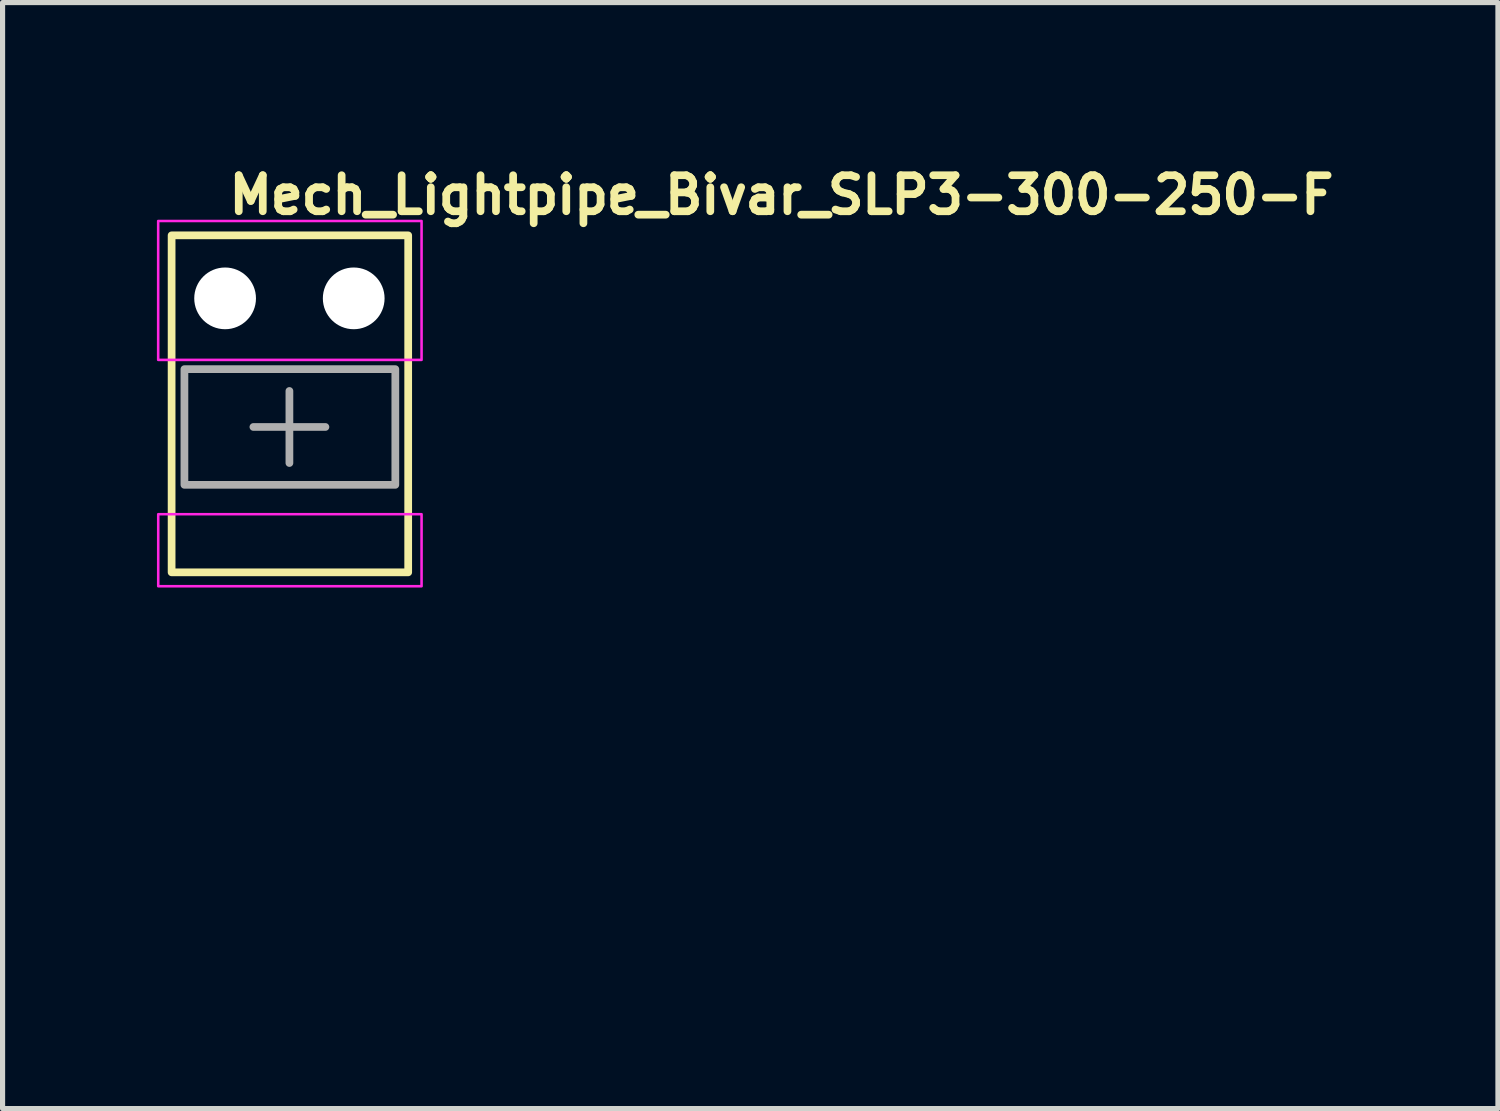
<source format=kicad_pcb>
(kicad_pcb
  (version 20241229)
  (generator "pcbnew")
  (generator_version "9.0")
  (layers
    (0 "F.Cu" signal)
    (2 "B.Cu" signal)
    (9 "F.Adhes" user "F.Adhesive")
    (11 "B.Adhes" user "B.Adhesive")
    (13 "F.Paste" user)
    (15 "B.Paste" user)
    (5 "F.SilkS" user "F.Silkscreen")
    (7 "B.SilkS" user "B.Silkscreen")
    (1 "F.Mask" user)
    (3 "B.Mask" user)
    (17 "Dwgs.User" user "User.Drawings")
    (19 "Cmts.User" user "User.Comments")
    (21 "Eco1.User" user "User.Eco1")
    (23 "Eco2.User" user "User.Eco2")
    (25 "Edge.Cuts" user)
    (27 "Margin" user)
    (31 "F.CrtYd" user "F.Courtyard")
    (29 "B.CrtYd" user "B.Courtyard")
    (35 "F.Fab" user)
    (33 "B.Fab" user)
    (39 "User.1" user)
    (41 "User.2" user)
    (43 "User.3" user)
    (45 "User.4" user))
  (footprint "Mech_Lightpipe_Bivar_SLP3-300-250-F"
    (layer "F.Cu")
    (at 1.326 2.75)
    (property "Reference" "Mech_Lightpipe_Bivar_SLP3-300-250-F" (at 0 -1.6 0) (unlocked yes) (layer "F.SilkS") (effects (font (size 0.7 0.7) (thickness 0.15)) (justify left bottom)))
    (attr through_hole)
    (fp_rect (start -1.04 -1.225) (end 3.559 5.326) (stroke (width 0.15) (type solid)) (fill no) (layer "F.SilkS"))
    (fp_rect (start -1.301 -1.504) (end 3.819 1.196) (stroke (width 0.05) (type solid)) (fill no) (layer "F.CrtYd"))
    (fp_rect (start -1.3 4.196) (end 3.819 5.596) (stroke (width 0.05) (type solid)) (fill no) (layer "F.CrtYd"))
    (fp_line (start 0.55 2.5) (end 1.25 2.5) (stroke (width 0.15) (type solid)) (layer "F.Fab"))
    (fp_line (start 1.25 1.8) (end 1.25 2.5) (stroke (width 0.15) (type solid)) (layer "F.Fab"))
    (fp_line (start 1.25 2.5) (end 1.25 3.201) (stroke (width 0.15) (type solid)) (layer "F.Fab"))
    (fp_line (start 1.25 2.5) (end 1.95 2.5) (stroke (width 0.15) (type solid)) (layer "F.Fab"))
    (fp_rect (start -0.791 1.376) (end 3.309 3.625) (stroke (width 0.15) (type solid)) (fill no) (layer "F.Fab"))
    (fp_rect (start -1.002 -1.249) (end 3.519 12.7) (stroke (width 0.1) (type solid)) (fill no) (layer "User.5"))
    (fp_line (start -1.002 -1.249) (end 3.519 -1.249) (stroke (width 0.02) (type solid)) (layer "User.9"))
    (fp_line (start -1.002 0.868) (end -1.002 -1.249) (stroke (width 0.02) (type solid)) (layer "User.9"))
    (fp_line (start -1.002 1.826) (end -1.002 0.868) (stroke (width 0.02) (type solid)) (layer "User.9"))
    (fp_line (start -1.002 3.569) (end -1.002 1.826) (stroke (width 0.02) (type solid)) (layer "User.9"))
    (fp_line (start -1.002 3.569) (end -1.002 5.102) (stroke (width 0.02) (type solid)) (layer "User.9"))
    (fp_line (start -1.002 3.584) (end -1.002 3.569) (stroke (width 0.02) (type solid)) (layer "User.9"))
    (fp_line (start -1.002 5.102) (end -0.906 5.102) (stroke (width 0.02) (type solid)) (layer "User.9"))
    (fp_line (start -1 3.598) (end -1.002 3.584) (stroke (width 0.02) (type solid)) (layer "User.9"))
    (fp_line (start -0.999 3.612) (end -1 3.598) (stroke (width 0.02) (type solid)) (layer "User.9"))
    (fp_line (start -0.996 3.625) (end -0.999 3.612) (stroke (width 0.02) (type solid)) (layer "User.9"))
    (fp_line (start -0.992 3.638) (end -0.996 3.625) (stroke (width 0.02) (type solid)) (layer "User.9"))
    (fp_line (start -0.988 3.653) (end -0.992 3.638) (stroke (width 0.02) (type solid)) (layer "User.9"))
    (fp_line (start -0.983 3.666) (end -0.988 3.653) (stroke (width 0.02) (type solid)) (layer "User.9"))
    (fp_line (start -0.976 3.679) (end -0.983 3.666) (stroke (width 0.02) (type solid)) (layer "User.9"))
    (fp_line (start -0.97 3.692) (end -0.976 3.679) (stroke (width 0.02) (type solid)) (layer "User.9"))
    (fp_line (start -0.963 3.706) (end -0.97 3.692) (stroke (width 0.02) (type solid)) (layer "User.9"))
    (fp_line (start -0.954 3.718) (end -0.963 3.706) (stroke (width 0.02) (type solid)) (layer "User.9"))
    (fp_line (start -0.947 3.729) (end -0.954 3.718) (stroke (width 0.02) (type solid)) (layer "User.9"))
    (fp_line (start -0.938 3.741) (end -0.947 3.729) (stroke (width 0.02) (type solid)) (layer "User.9"))
    (fp_line (start -0.928 3.752) (end -0.938 3.741) (stroke (width 0.02) (type solid)) (layer "User.9"))
    (fp_line (start -0.917 3.762) (end -0.928 3.752) (stroke (width 0.02) (type solid)) (layer "User.9"))
    (fp_line (start -0.906 3.773) (end -0.917 3.762) (stroke (width 0.02) (type solid)) (layer "User.9"))
    (fp_line (start -0.906 3.773) (end -0.906 3.773) (stroke (width 0.02) (type solid)) (layer "User.9"))
    (fp_line (start -0.906 5.102) (end -0.906 5.102) (stroke (width 0.02) (type solid)) (layer "User.9"))
    (fp_line (start -0.906 5.102) (end -0.672 5.102) (stroke (width 0.02) (type solid)) (layer "User.9"))
    (fp_line (start -0.893 3.782) (end -0.906 3.773) (stroke (width 0.02) (type solid)) (layer "User.9"))
    (fp_line (start -0.882 3.792) (end -0.893 3.782) (stroke (width 0.02) (type solid)) (layer "User.9"))
    (fp_line (start -0.869 3.8) (end -0.882 3.792) (stroke (width 0.02) (type solid)) (layer "User.9"))
    (fp_line (start -0.856 3.808) (end -0.869 3.8) (stroke (width 0.02) (type solid)) (layer "User.9"))
    (fp_line (start -0.842 3.816) (end -0.856 3.808) (stroke (width 0.02) (type solid)) (layer "User.9"))
    (fp_line (start -0.827 3.823) (end -0.842 3.816) (stroke (width 0.02) (type solid)) (layer "User.9"))
    (fp_line (start -0.813 3.829) (end -0.827 3.823) (stroke (width 0.02) (type solid)) (layer "User.9"))
    (fp_line (start -0.798 3.835) (end -0.813 3.829) (stroke (width 0.02) (type solid)) (layer "User.9"))
    (fp_line (start -0.784 3.84) (end -0.798 3.835) (stroke (width 0.02) (type solid)) (layer "User.9"))
    (fp_line (start -0.768 3.843) (end -0.784 3.84) (stroke (width 0.02) (type solid)) (layer "User.9"))
    (fp_line (start -0.752 3.848) (end -0.768 3.843) (stroke (width 0.02) (type solid)) (layer "User.9"))
    (fp_line (start -0.737 3.851) (end -0.752 3.848) (stroke (width 0.02) (type solid)) (layer "User.9"))
    (fp_line (start -0.721 3.854) (end -0.737 3.851) (stroke (width 0.02) (type solid)) (layer "User.9"))
    (fp_line (start -0.705 3.855) (end -0.721 3.854) (stroke (width 0.02) (type solid)) (layer "User.9"))
    (fp_line (start -0.689 3.856) (end -0.705 3.855) (stroke (width 0.02) (type solid)) (layer "User.9"))
    (fp_line (start -0.672 3.856) (end -0.689 3.856) (stroke (width 0.02) (type solid)) (layer "User.9"))
    (fp_line (start -0.672 3.856) (end 3.188 3.856) (stroke (width 0.02) (type solid)) (layer "User.9"))
    (fp_line (start -0.263 12.7) (end -0.263 5.102) (stroke (width 0.02) (type solid)) (layer "User.9"))
    (fp_line (start -0.263 12.7) (end -0.226 12.7) (stroke (width 0.02) (type solid)) (layer "User.9"))
    (fp_line (start -0.226 12.7) (end -0.226 12.7) (stroke (width 0.02) (type solid)) (layer "User.9"))
    (fp_line (start -0.226 12.7) (end -0.114 12.7) (stroke (width 0.02) (type solid)) (layer "User.9"))
    (fp_line (start -0.114 12.7) (end -0.114 12.7) (stroke (width 0.02) (type solid)) (layer "User.9"))
    (fp_line (start -0.114 12.7) (end 0.064 12.7) (stroke (width 0.02) (type solid)) (layer "User.9"))
    (fp_line (start 0.064 12.7) (end 0.064 12.7) (stroke (width 0.02) (type solid)) (layer "User.9"))
    (fp_line (start 0.064 12.7) (end 0.301 12.7) (stroke (width 0.02) (type solid)) (layer "User.9"))
    (fp_line (start 0.301 12.7) (end 0.301 12.7) (stroke (width 0.02) (type solid)) (layer "User.9"))
    (fp_line (start 0.301 12.7) (end 0.585 12.7) (stroke (width 0.02) (type solid)) (layer "User.9"))
    (fp_line (start 0.585 12.7) (end 0.585 12.7) (stroke (width 0.02) (type solid)) (layer "User.9"))
    (fp_line (start 0.585 12.7) (end 0.902 12.7) (stroke (width 0.02) (type solid)) (layer "User.9"))
    (fp_line (start 0.902 12.7) (end 0.902 12.7) (stroke (width 0.02) (type solid)) (layer "User.9"))
    (fp_line (start 0.902 12.7) (end 1.235 12.7) (stroke (width 0.02) (type solid)) (layer "User.9"))
    (fp_line (start 1.235 5.102) (end -0.672 5.102) (stroke (width 0.02) (type solid)) (layer "User.9"))
    (fp_line (start 1.235 12.7) (end 1.235 12.7) (stroke (width 0.02) (type solid)) (layer "User.9"))
    (fp_line (start 1.235 12.7) (end 1.568 12.7) (stroke (width 0.02) (type solid)) (layer "User.9"))
    (fp_line (start 1.568 12.7) (end 1.568 12.7) (stroke (width 0.02) (type solid)) (layer "User.9"))
    (fp_line (start 1.568 12.7) (end 1.885 12.7) (stroke (width 0.02) (type solid)) (layer "User.9"))
    (fp_line (start 1.885 12.7) (end 1.885 12.7) (stroke (width 0.02) (type solid)) (layer "User.9"))
    (fp_line (start 1.885 12.7) (end 2.169 12.7) (stroke (width 0.02) (type solid)) (layer "User.9"))
    (fp_line (start 2.169 12.7) (end 2.169 12.7) (stroke (width 0.02) (type solid)) (layer "User.9"))
    (fp_line (start 2.169 12.7) (end 2.406 12.7) (stroke (width 0.02) (type solid)) (layer "User.9"))
    (fp_line (start 2.406 12.7) (end 2.406 12.7) (stroke (width 0.02) (type solid)) (layer "User.9"))
    (fp_line (start 2.406 12.7) (end 2.585 12.7) (stroke (width 0.02) (type solid)) (layer "User.9"))
    (fp_line (start 2.585 12.7) (end 2.585 12.7) (stroke (width 0.02) (type solid)) (layer "User.9"))
    (fp_line (start 2.585 12.7) (end 2.696 12.7) (stroke (width 0.02) (type solid)) (layer "User.9"))
    (fp_line (start 2.696 12.7) (end 2.696 12.7) (stroke (width 0.02) (type solid)) (layer "User.9"))
    (fp_line (start 2.696 12.7) (end 2.733 12.7) (stroke (width 0.02) (type solid)) (layer "User.9"))
    (fp_line (start 2.733 12.7) (end 2.733 5.102) (stroke (width 0.02) (type solid)) (layer "User.9"))
    (fp_line (start 3.188 5.102) (end 1.235 5.102) (stroke (width 0.02) (type solid)) (layer "User.9"))
    (fp_line (start 3.188 5.102) (end 3.422 5.102) (stroke (width 0.02) (type solid)) (layer "User.9"))
    (fp_line (start 3.205 3.856) (end 3.188 3.856) (stroke (width 0.02) (type solid)) (layer "User.9"))
    (fp_line (start 3.221 3.855) (end 3.205 3.856) (stroke (width 0.02) (type solid)) (layer "User.9"))
    (fp_line (start 3.237 3.854) (end 3.221 3.855) (stroke (width 0.02) (type solid)) (layer "User.9"))
    (fp_line (start 3.253 3.851) (end 3.237 3.854) (stroke (width 0.02) (type solid)) (layer "User.9"))
    (fp_line (start 3.268 3.848) (end 3.253 3.851) (stroke (width 0.02) (type solid)) (layer "User.9"))
    (fp_line (start 3.284 3.843) (end 3.268 3.848) (stroke (width 0.02) (type solid)) (layer "User.9"))
    (fp_line (start 3.3 3.84) (end 3.284 3.843) (stroke (width 0.02) (type solid)) (layer "User.9"))
    (fp_line (start 3.314 3.835) (end 3.3 3.84) (stroke (width 0.02) (type solid)) (layer "User.9"))
    (fp_line (start 3.329 3.829) (end 3.314 3.835) (stroke (width 0.02) (type solid)) (layer "User.9"))
    (fp_line (start 3.344 3.823) (end 3.329 3.829) (stroke (width 0.02) (type solid)) (layer "User.9"))
    (fp_line (start 3.358 3.816) (end 3.344 3.823) (stroke (width 0.02) (type solid)) (layer "User.9"))
    (fp_line (start 3.372 3.808) (end 3.358 3.816) (stroke (width 0.02) (type solid)) (layer "User.9"))
    (fp_line (start 3.385 3.8) (end 3.372 3.808) (stroke (width 0.02) (type solid)) (layer "User.9"))
    (fp_line (start 3.398 3.792) (end 3.385 3.8) (stroke (width 0.02) (type solid)) (layer "User.9"))
    (fp_line (start 3.41 3.782) (end 3.398 3.792) (stroke (width 0.02) (type solid)) (layer "User.9"))
    (fp_line (start 3.422 3.773) (end 3.41 3.782) (stroke (width 0.02) (type solid)) (layer "User.9"))
    (fp_line (start 3.422 3.773) (end 3.422 3.773) (stroke (width 0.02) (type solid)) (layer "User.9"))
    (fp_line (start 3.422 5.102) (end 3.422 5.102) (stroke (width 0.02) (type solid)) (layer "User.9"))
    (fp_line (start 3.422 5.102) (end 3.519 5.102) (stroke (width 0.02) (type solid)) (layer "User.9"))
    (fp_line (start 3.433 3.762) (end 3.422 3.773) (stroke (width 0.02) (type solid)) (layer "User.9"))
    (fp_line (start 3.443 3.752) (end 3.433 3.762) (stroke (width 0.02) (type solid)) (layer "User.9"))
    (fp_line (start 3.453 3.741) (end 3.443 3.752) (stroke (width 0.02) (type solid)) (layer "User.9"))
    (fp_line (start 3.463 3.729) (end 3.453 3.741) (stroke (width 0.02) (type solid)) (layer "User.9"))
    (fp_line (start 3.471 3.718) (end 3.463 3.729) (stroke (width 0.02) (type solid)) (layer "User.9"))
    (fp_line (start 3.479 3.706) (end 3.471 3.718) (stroke (width 0.02) (type solid)) (layer "User.9"))
    (fp_line (start 3.486 3.692) (end 3.479 3.706) (stroke (width 0.02) (type solid)) (layer "User.9"))
    (fp_line (start 3.493 3.679) (end 3.486 3.692) (stroke (width 0.02) (type solid)) (layer "User.9"))
    (fp_line (start 3.499 3.666) (end 3.493 3.679) (stroke (width 0.02) (type solid)) (layer "User.9"))
    (fp_line (start 3.504 3.653) (end 3.499 3.666) (stroke (width 0.02) (type solid)) (layer "User.9"))
    (fp_line (start 3.508 3.638) (end 3.504 3.653) (stroke (width 0.02) (type solid)) (layer "User.9"))
    (fp_line (start 3.512 3.625) (end 3.508 3.638) (stroke (width 0.02) (type solid)) (layer "User.9"))
    (fp_line (start 3.515 3.612) (end 3.512 3.625) (stroke (width 0.02) (type solid)) (layer "User.9"))
    (fp_line (start 3.518 3.584) (end 3.518 3.598) (stroke (width 0.02) (type solid)) (layer "User.9"))
    (fp_line (start 3.518 3.598) (end 3.515 3.612) (stroke (width 0.02) (type solid)) (layer "User.9"))
    (fp_line (start 3.519 -1.249) (end 3.519 0.868) (stroke (width 0.02) (type solid)) (layer "User.9"))
    (fp_line (start 3.519 0.868) (end 3.519 1.826) (stroke (width 0.02) (type solid)) (layer "User.9"))
    (fp_line (start 3.519 1.826) (end 3.519 3.569) (stroke (width 0.02) (type solid)) (layer "User.9"))
    (fp_line (start 3.519 3.569) (end 3.518 3.584) (stroke (width 0.02) (type solid)) (layer "User.9"))
    (fp_line (start 3.519 5.102) (end 3.519 3.569) (stroke (width 0.02) (type solid)) (layer "User.9"))
    (fp_rect (start -0.791 1.376) (end 3.309 3.625) (stroke (width 0.02) (type solid)) (fill no) (layer "User.9"))
    (pad "" np_thru_hole circle (at 0 0) (size 1.2 1.2) (drill 1.2) (layers "*.Cu" "*.Mask"))
    (pad "" np_thru_hole circle (at 2.5 0) (size 1.2 1.2) (drill 1.2) (layers "*.Cu" "*.Mask")))
  (gr_rect
    (start -3 -3)
    (end 26.069 18.5)
    (stroke (width 0.1) (type default))
    (fill no)
    (layer "Edge.Cuts")))
</source>
